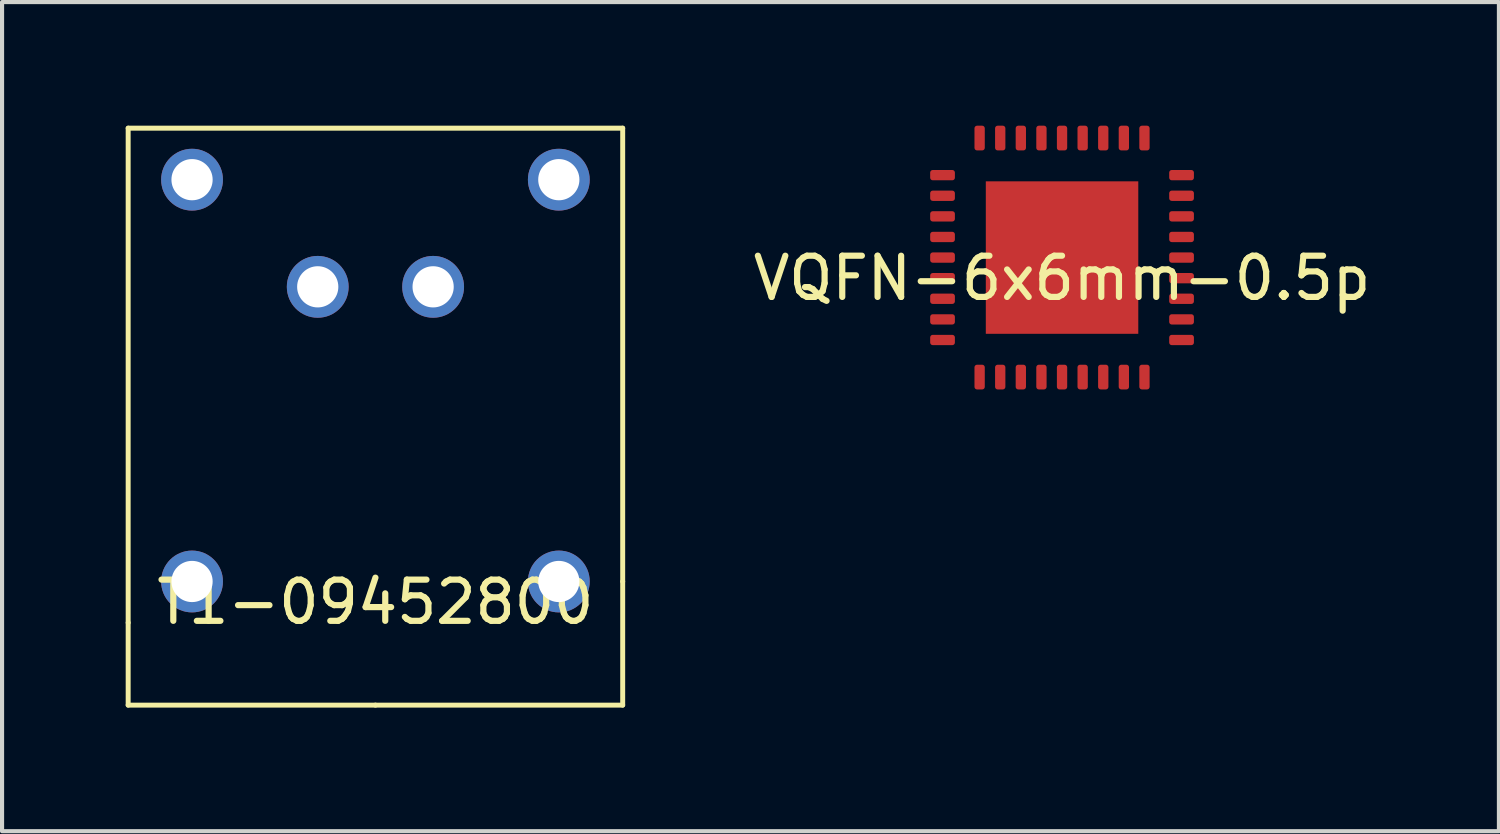
<source format=kicad_pcb>
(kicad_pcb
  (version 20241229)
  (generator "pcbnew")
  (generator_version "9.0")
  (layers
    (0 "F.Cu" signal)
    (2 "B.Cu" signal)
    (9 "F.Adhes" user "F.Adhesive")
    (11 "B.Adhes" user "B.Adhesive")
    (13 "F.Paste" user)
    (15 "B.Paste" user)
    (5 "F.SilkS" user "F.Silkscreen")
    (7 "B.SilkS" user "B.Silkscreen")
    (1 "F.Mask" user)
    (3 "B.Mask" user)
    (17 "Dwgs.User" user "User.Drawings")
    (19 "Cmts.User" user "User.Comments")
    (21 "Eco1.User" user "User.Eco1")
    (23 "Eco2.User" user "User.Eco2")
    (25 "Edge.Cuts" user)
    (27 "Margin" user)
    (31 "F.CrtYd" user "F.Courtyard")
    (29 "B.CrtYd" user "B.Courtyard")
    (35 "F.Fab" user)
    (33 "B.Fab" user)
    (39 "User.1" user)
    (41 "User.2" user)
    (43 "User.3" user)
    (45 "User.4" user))
  (footprint "VQFN-6x6mm-0.5p"
    (layer "F.Cu")
    (at 22.721 3.2)
    (property "Reference" "VQFN-6x6mm-0.5p" (at 0 0.5 0) (layer "F.SilkS") (effects (font (size 1 1) (thickness 0.15))))
    (attr through_hole)
    (fp_line (start -2.9 2.9) (end -2.9 -2.1) (stroke (width 0.12) (type solid)) (layer "B.Paste"))
    (fp_line (start -2.1 -2.9) (end 2.9 -2.9) (stroke (width 0.12) (type solid)) (layer "B.Paste"))
    (fp_line (start 2.9 -2.9) (end 2.9 2.9) (stroke (width 0.12) (type solid)) (layer "B.Paste"))
    (fp_line (start 2.9 2.9) (end -2.9 2.9) (stroke (width 0.12) (type solid)) (layer "B.Paste"))
    (pad "1" smd roundrect (at -2.9 -2) (size 0.6 0.25) (layers "F.Cu" "F.Mask" "F.Paste") (roundrect_rratio 0.25))
    (pad "2" smd roundrect (at -2.9 -1.5) (size 0.6 0.25) (layers "F.Cu" "F.Mask" "F.Paste") (roundrect_rratio 0.25))
    (pad "3" smd roundrect (at -2.9 -1) (size 0.6 0.25) (layers "F.Cu" "F.Mask" "F.Paste") (roundrect_rratio 0.25))
    (pad "4" smd roundrect (at -2.9 -0.5) (size 0.6 0.25) (layers "F.Cu" "F.Mask" "F.Paste") (roundrect_rratio 0.25))
    (pad "5" smd roundrect (at -2.9 0) (size 0.6 0.25) (layers "F.Cu" "F.Mask" "F.Paste") (roundrect_rratio 0.25))
    (pad "6" smd roundrect (at -2.9 0.5) (size 0.6 0.25) (layers "F.Cu" "F.Mask" "F.Paste") (roundrect_rratio 0.25))
    (pad "7" smd roundrect (at -2.9 1) (size 0.6 0.25) (layers "F.Cu" "F.Mask" "F.Paste") (roundrect_rratio 0.25))
    (pad "8" smd roundrect (at -2.9 1.5) (size 0.6 0.25) (layers "F.Cu" "F.Mask" "F.Paste") (roundrect_rratio 0.25))
    (pad "9" smd roundrect (at -2.9 2) (size 0.6 0.25) (layers "F.Cu" "F.Mask" "F.Paste") (roundrect_rratio 0.25))
    (pad "10" smd roundrect (at -2 2.9 90) (size 0.6 0.25) (layers "F.Cu" "F.Mask" "F.Paste") (roundrect_rratio 0.25))
    (pad "11" smd roundrect (at -1.5 2.9 90) (size 0.6 0.25) (layers "F.Cu" "F.Mask" "F.Paste") (roundrect_rratio 0.25))
    (pad "12" smd roundrect (at -1 2.9 90) (size 0.6 0.25) (layers "F.Cu" "F.Mask" "F.Paste") (roundrect_rratio 0.25))
    (pad "13" smd roundrect (at -0.5 2.9 90) (size 0.6 0.25) (layers "F.Cu" "F.Mask" "F.Paste") (roundrect_rratio 0.25))
    (pad "14" smd roundrect (at 0 2.9 90) (size 0.6 0.25) (layers "F.Cu" "F.Mask" "F.Paste") (roundrect_rratio 0.25))
    (pad "15" smd roundrect (at 0.5 2.9 90) (size 0.6 0.25) (layers "F.Cu" "F.Mask" "F.Paste") (roundrect_rratio 0.25))
    (pad "16" smd roundrect (at 1 2.9 90) (size 0.6 0.25) (layers "F.Cu" "F.Mask" "F.Paste") (roundrect_rratio 0.25))
    (pad "17" smd roundrect (at 1.5 2.9 90) (size 0.6 0.25) (layers "F.Cu" "F.Mask" "F.Paste") (roundrect_rratio 0.25))
    (pad "18" smd roundrect (at 2 2.9 90) (size 0.6 0.25) (layers "F.Cu" "F.Mask" "F.Paste") (roundrect_rratio 0.25))
    (pad "19" smd roundrect (at 2.9 2 180) (size 0.6 0.25) (layers "F.Cu" "F.Mask" "F.Paste") (roundrect_rratio 0.25))
    (pad "20" smd roundrect (at 2.9 1.5 180) (size 0.6 0.25) (layers "F.Cu" "F.Mask" "F.Paste") (roundrect_rratio 0.25))
    (pad "21" smd roundrect (at 2.9 1 180) (size 0.6 0.25) (layers "F.Cu" "F.Mask" "F.Paste") (roundrect_rratio 0.25))
    (pad "22" smd roundrect (at 2.9 0.5 180) (size 0.6 0.25) (layers "F.Cu" "F.Mask" "F.Paste") (roundrect_rratio 0.25))
    (pad "23" smd roundrect (at 2.9 0 180) (size 0.6 0.25) (layers "F.Cu" "F.Mask" "F.Paste") (roundrect_rratio 0.25))
    (pad "24" smd roundrect (at 2.9 -0.5 180) (size 0.6 0.25) (layers "F.Cu" "F.Mask" "F.Paste") (roundrect_rratio 0.25))
    (pad "25" smd roundrect (at 2.9 -1 180) (size 0.6 0.25) (layers "F.Cu" "F.Mask" "F.Paste") (roundrect_rratio 0.25))
    (pad "26" smd roundrect (at 2.9 -1.5 180) (size 0.6 0.25) (layers "F.Cu" "F.Mask" "F.Paste") (roundrect_rratio 0.25))
    (pad "27" smd roundrect (at 2.9 -2 180) (size 0.6 0.25) (layers "F.Cu" "F.Mask" "F.Paste") (roundrect_rratio 0.25))
    (pad "28" smd roundrect (at 2 -2.9 270) (size 0.6 0.25) (layers "F.Cu" "F.Mask" "F.Paste") (roundrect_rratio 0.25))
    (pad "29" smd roundrect (at 1.5 -2.9 270) (size 0.6 0.25) (layers "F.Cu" "F.Mask" "F.Paste") (roundrect_rratio 0.25))
    (pad "30" smd roundrect (at 1 -2.9 270) (size 0.6 0.25) (layers "F.Cu" "F.Mask" "F.Paste") (roundrect_rratio 0.25))
    (pad "31" smd roundrect (at 0.5 -2.9 270) (size 0.6 0.25) (layers "F.Cu" "F.Mask" "F.Paste") (roundrect_rratio 0.25))
    (pad "32" smd roundrect (at 0 -2.9 270) (size 0.6 0.25) (layers "F.Cu" "F.Mask" "F.Paste") (roundrect_rratio 0.25))
    (pad "33" smd roundrect (at -0.5 -2.9 270) (size 0.6 0.25) (layers "F.Cu" "F.Mask" "F.Paste") (roundrect_rratio 0.25))
    (pad "34" smd roundrect (at -1 -2.9 270) (size 0.6 0.25) (layers "F.Cu" "F.Mask" "F.Paste") (roundrect_rratio 0.25))
    (pad "35" smd roundrect (at -1.5 -2.9 270) (size 0.6 0.25) (layers "F.Cu" "F.Mask" "F.Paste") (roundrect_rratio 0.25))
    (pad "36" smd roundrect (at -2 -2.9 270) (size 0.6 0.25) (layers "F.Cu" "F.Mask" "F.Paste") (roundrect_rratio 0.25))
    (pad "37" smd rect (at 0 0 270) (size 3.7 3.7) (layers "F.Cu" "F.Mask" "F.Paste")))
  (footprint "T1-09452800"
    (layer "F.Cu")
    (at 6.06 11.06)
    (property "Reference" "T1-09452800" (at 0 0.5 0) (layer "F.SilkS") (effects (font (size 1 1) (thickness 0.15))))
    (attr through_hole)
    (fp_line (start -6 -11) (end -6 1) (stroke (width 0.12) (type solid)) (layer "F.SilkS"))
    (fp_line (start -6 1) (end -6 3) (stroke (width 0.12) (type solid)) (layer "F.SilkS"))
    (fp_line (start -6 3) (end 0 3) (stroke (width 0.12) (type solid)) (layer "F.SilkS"))
    (fp_line (start 0 3) (end 6 3) (stroke (width 0.12) (type solid)) (layer "F.SilkS"))
    (fp_line (start 6 -11) (end -6 -11) (stroke (width 0.12) (type solid)) (layer "F.SilkS"))
    (fp_line (start 6 0) (end 6 -11) (stroke (width 0.12) (type solid)) (layer "F.SilkS"))
    (fp_line (start 6 0) (end 6 3) (stroke (width 0.12) (type solid)) (layer "F.SilkS"))
    (pad "1" thru_hole circle (at 1.4 -7.15) (size 1.5 1.5) (drill 1) (layers "*.Cu" "*.Mask"))
    (pad "2" thru_hole circle (at -1.4 -7.15) (size 1.5 1.5) (drill 1) (layers "*.Cu" "*.Mask"))
    (pad "3" thru_hole circle (at 4.45 0) (size 1.5 1.5) (drill 1) (layers "*.Cu" "*.Mask"))
    (pad "4" thru_hole circle (at -4.45 0) (size 1.5 1.5) (drill 1) (layers "*.Cu" "*.Mask"))
    (pad "5" thru_hole circle (at -4.45 -9.75) (size 1.5 1.5) (drill 1) (layers "*.Cu" "*.Mask"))
    (pad "6" thru_hole circle (at 4.45 -9.75) (size 1.5 1.5) (drill 1) (layers "*.Cu" "*.Mask")))
  (gr_rect
    (start -3 -3)
    (end 33.322 17.12)
    (stroke (width 0.1) (type default))
    (fill no)
    (layer "Edge.Cuts")))
</source>
